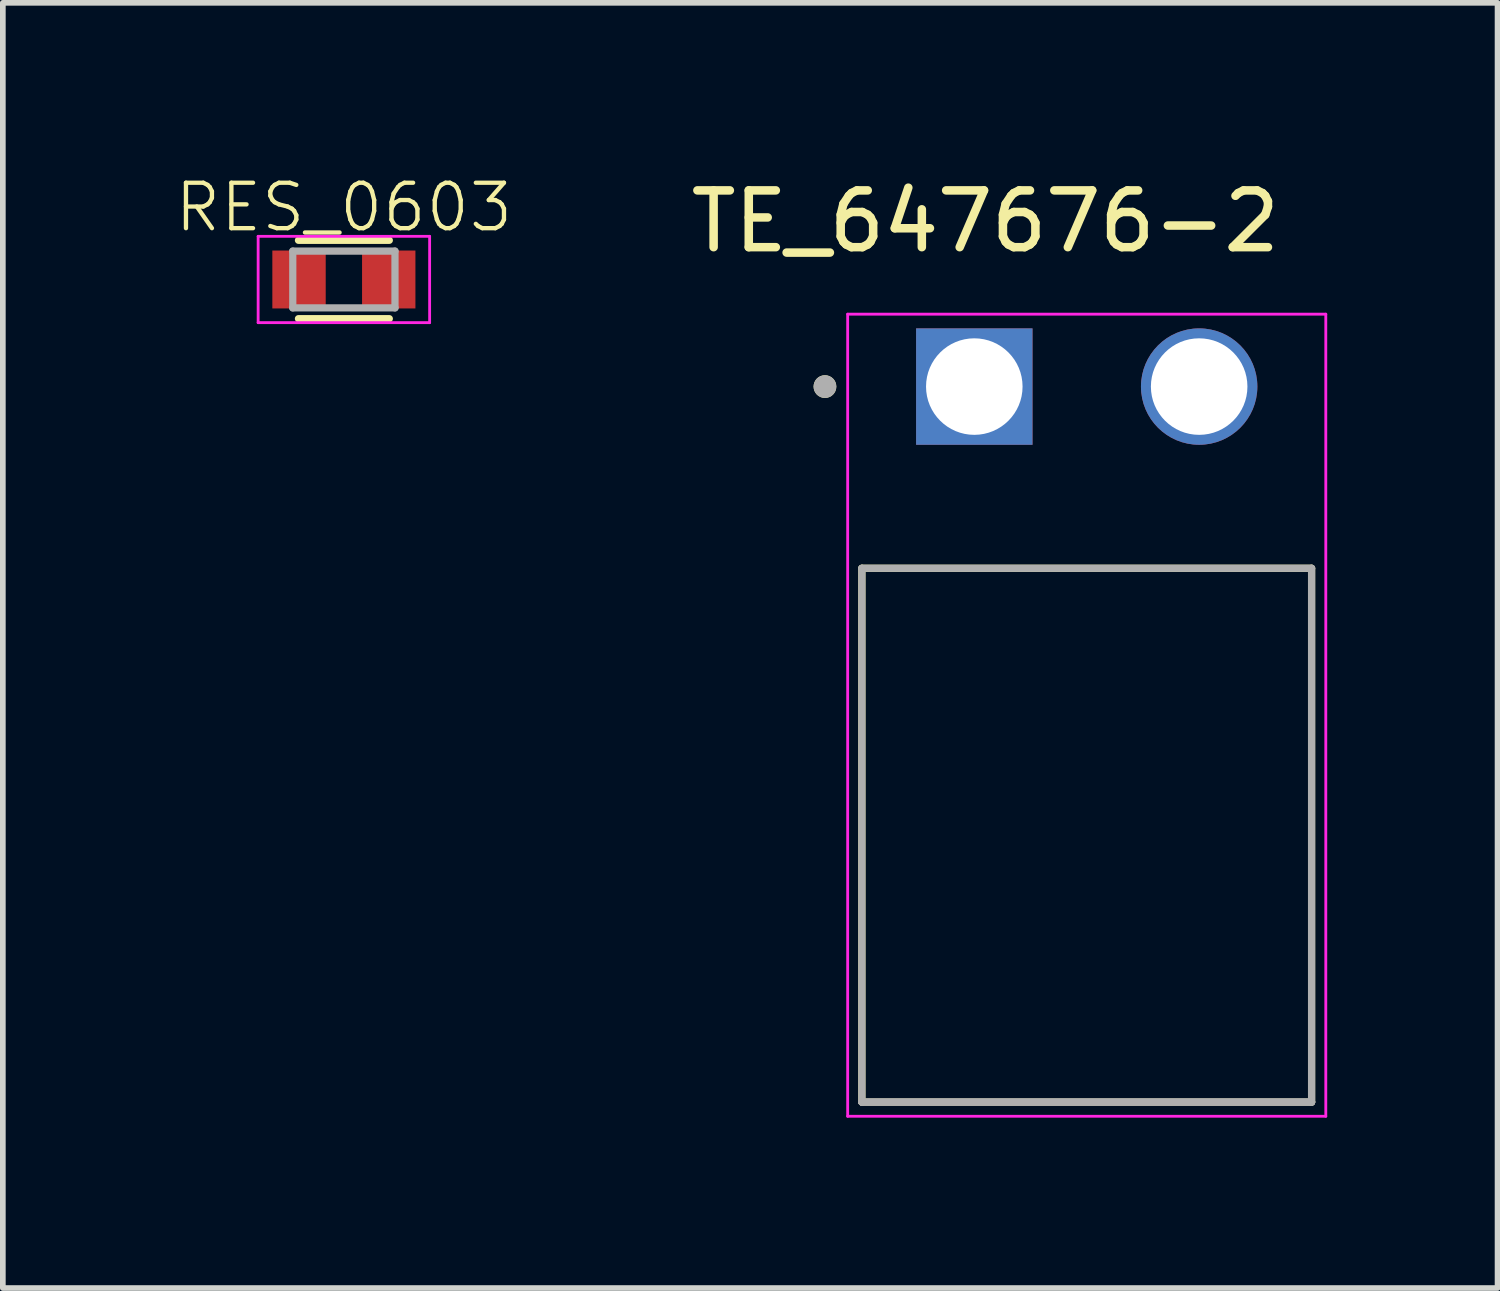
<source format=kicad_pcb>
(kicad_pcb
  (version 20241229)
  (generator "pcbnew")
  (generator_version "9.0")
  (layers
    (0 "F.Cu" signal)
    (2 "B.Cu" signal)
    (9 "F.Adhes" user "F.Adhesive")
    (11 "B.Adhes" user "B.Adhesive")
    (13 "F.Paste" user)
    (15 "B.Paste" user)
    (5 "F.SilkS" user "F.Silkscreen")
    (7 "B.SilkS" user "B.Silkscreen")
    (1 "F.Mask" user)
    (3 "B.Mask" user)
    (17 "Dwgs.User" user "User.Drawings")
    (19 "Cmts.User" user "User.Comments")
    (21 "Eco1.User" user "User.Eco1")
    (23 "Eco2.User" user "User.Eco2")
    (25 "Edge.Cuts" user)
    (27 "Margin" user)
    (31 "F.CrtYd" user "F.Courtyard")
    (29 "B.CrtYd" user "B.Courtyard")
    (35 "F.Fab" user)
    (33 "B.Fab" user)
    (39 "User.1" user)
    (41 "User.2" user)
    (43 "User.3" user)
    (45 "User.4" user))
  (footprint "RES_0603"
    (layer "F.Cu")
    (at 3.006 1.872)
    (property "Reference" "RES_0603" (at 0 -1.27 0) (layer "F.SilkS") (effects (font (size 0.8 0.8) (thickness 0.076))))
    (attr through_hole)
    (fp_line (start -0.8 -0.69) (end 0.8 -0.69) (stroke (width 0.127) (type solid)) (layer "F.SilkS"))
    (fp_line (start -0.8 0.69) (end 0.8 0.69) (stroke (width 0.127) (type solid)) (layer "F.SilkS"))
    (fp_line (start -1.51 -0.76) (end 1.51 -0.76) (stroke (width 0.05) (type solid)) (layer "F.CrtYd"))
    (fp_line (start -1.51 0.76) (end -1.51 -0.76) (stroke (width 0.05) (type solid)) (layer "F.CrtYd"))
    (fp_line (start 1.51 -0.76) (end 1.51 0.76) (stroke (width 0.05) (type solid)) (layer "F.CrtYd"))
    (fp_line (start 1.51 0.76) (end -1.51 0.76) (stroke (width 0.05) (type solid)) (layer "F.CrtYd"))
    (fp_line (start -0.9 -0.5) (end -0.9 0.5) (stroke (width 0.127) (type solid)) (layer "F.Fab"))
    (fp_line (start -0.9 -0.5) (end 0.9 -0.5) (stroke (width 0.127) (type solid)) (layer "F.Fab"))
    (fp_line (start -0.9 0.5) (end 0.9 0.5) (stroke (width 0.127) (type solid)) (layer "F.Fab"))
    (fp_line (start 0.9 -0.5) (end 0.9 0.5) (stroke (width 0.127) (type solid)) (layer "F.Fab"))
    (pad "1" smd rect (at -0.79 0) (size 0.94 1.02) (layers "F.Cu" "F.Mask" "F.Paste"))
    (pad "2" smd rect (at 0.79 0) (size 0.94 1.02) (layers "F.Cu" "F.Mask" "F.Paste")))
  (footprint "TE_647676-2"
    (layer "F.Cu")
    (at 14.108 3.758)
    (property "Reference" "TE_647676-2" (at 0.195 -2.91 0) (layer "F.SilkS") (effects (font (size 1 1) (thickness 0.15))))
    (attr through_hole)
    (fp_line (start -1.98 12.6) (end -1.98 3.2) (stroke (width 0.127) (type solid)) (layer "F.SilkS"))
    (fp_line (start 5.94 3.2) (end -1.98 3.2) (stroke (width 0.127) (type solid)) (layer "F.SilkS"))
    (fp_line (start 5.94 3.2) (end 5.94 12.6) (stroke (width 0.127) (type solid)) (layer "F.SilkS"))
    (fp_line (start 5.94 12.6) (end -1.98 12.6) (stroke (width 0.127) (type solid)) (layer "F.SilkS"))
    (fp_circle (center -2.63 0) (end -2.53 0) (stroke (width 0.2) (type solid)) (fill no) (layer "F.SilkS"))
    (fp_line (start -2.23 -1.275) (end 6.19 -1.275) (stroke (width 0.05) (type solid)) (layer "F.CrtYd"))
    (fp_line (start -2.23 12.85) (end -2.23 -1.275) (stroke (width 0.05) (type solid)) (layer "F.CrtYd"))
    (fp_line (start 6.19 -1.275) (end 6.19 12.85) (stroke (width 0.05) (type solid)) (layer "F.CrtYd"))
    (fp_line (start 6.19 12.85) (end -2.23 12.85) (stroke (width 0.05) (type solid)) (layer "F.CrtYd"))
    (fp_line (start -1.98 3.2) (end 5.94 3.2) (stroke (width 0.127) (type solid)) (layer "F.Fab"))
    (fp_line (start -1.98 12.6) (end -1.98 3.2) (stroke (width 0.127) (type solid)) (layer "F.Fab"))
    (fp_line (start -1.98 12.6) (end -1.98 12.6) (stroke (width 0.127) (type solid)) (layer "F.Fab"))
    (fp_line (start -1.98 12.6) (end 5.94 12.6) (stroke (width 0.127) (type solid)) (layer "F.Fab"))
    (fp_line (start 5.94 3.2) (end 5.94 12.6) (stroke (width 0.127) (type solid)) (layer "F.Fab"))
    (fp_line (start 5.94 12.6) (end -1.98 12.6) (stroke (width 0.127) (type solid)) (layer "F.Fab"))
    (fp_line (start 5.94 12.6) (end 5.94 12.6) (stroke (width 0.127) (type solid)) (layer "F.Fab"))
    (fp_circle (center -2.63 0) (end -2.53 0) (stroke (width 0.2) (type solid)) (fill no) (layer "F.Fab"))
    (pad "1" thru_hole rect (at 0 0) (size 2.05 2.05) (drill 1.7) (layers "*.Cu" "*.Mask"))
    (pad "2" thru_hole circle (at 3.96 0) (size 2.05 2.05) (drill 1.7) (layers "*.Cu" "*.Mask")))
  (gr_rect
    (start -3 -3)
    (end 23.323 19.633)
    (stroke (width 0.1) (type default))
    (fill no)
    (layer "Edge.Cuts")))
</source>
